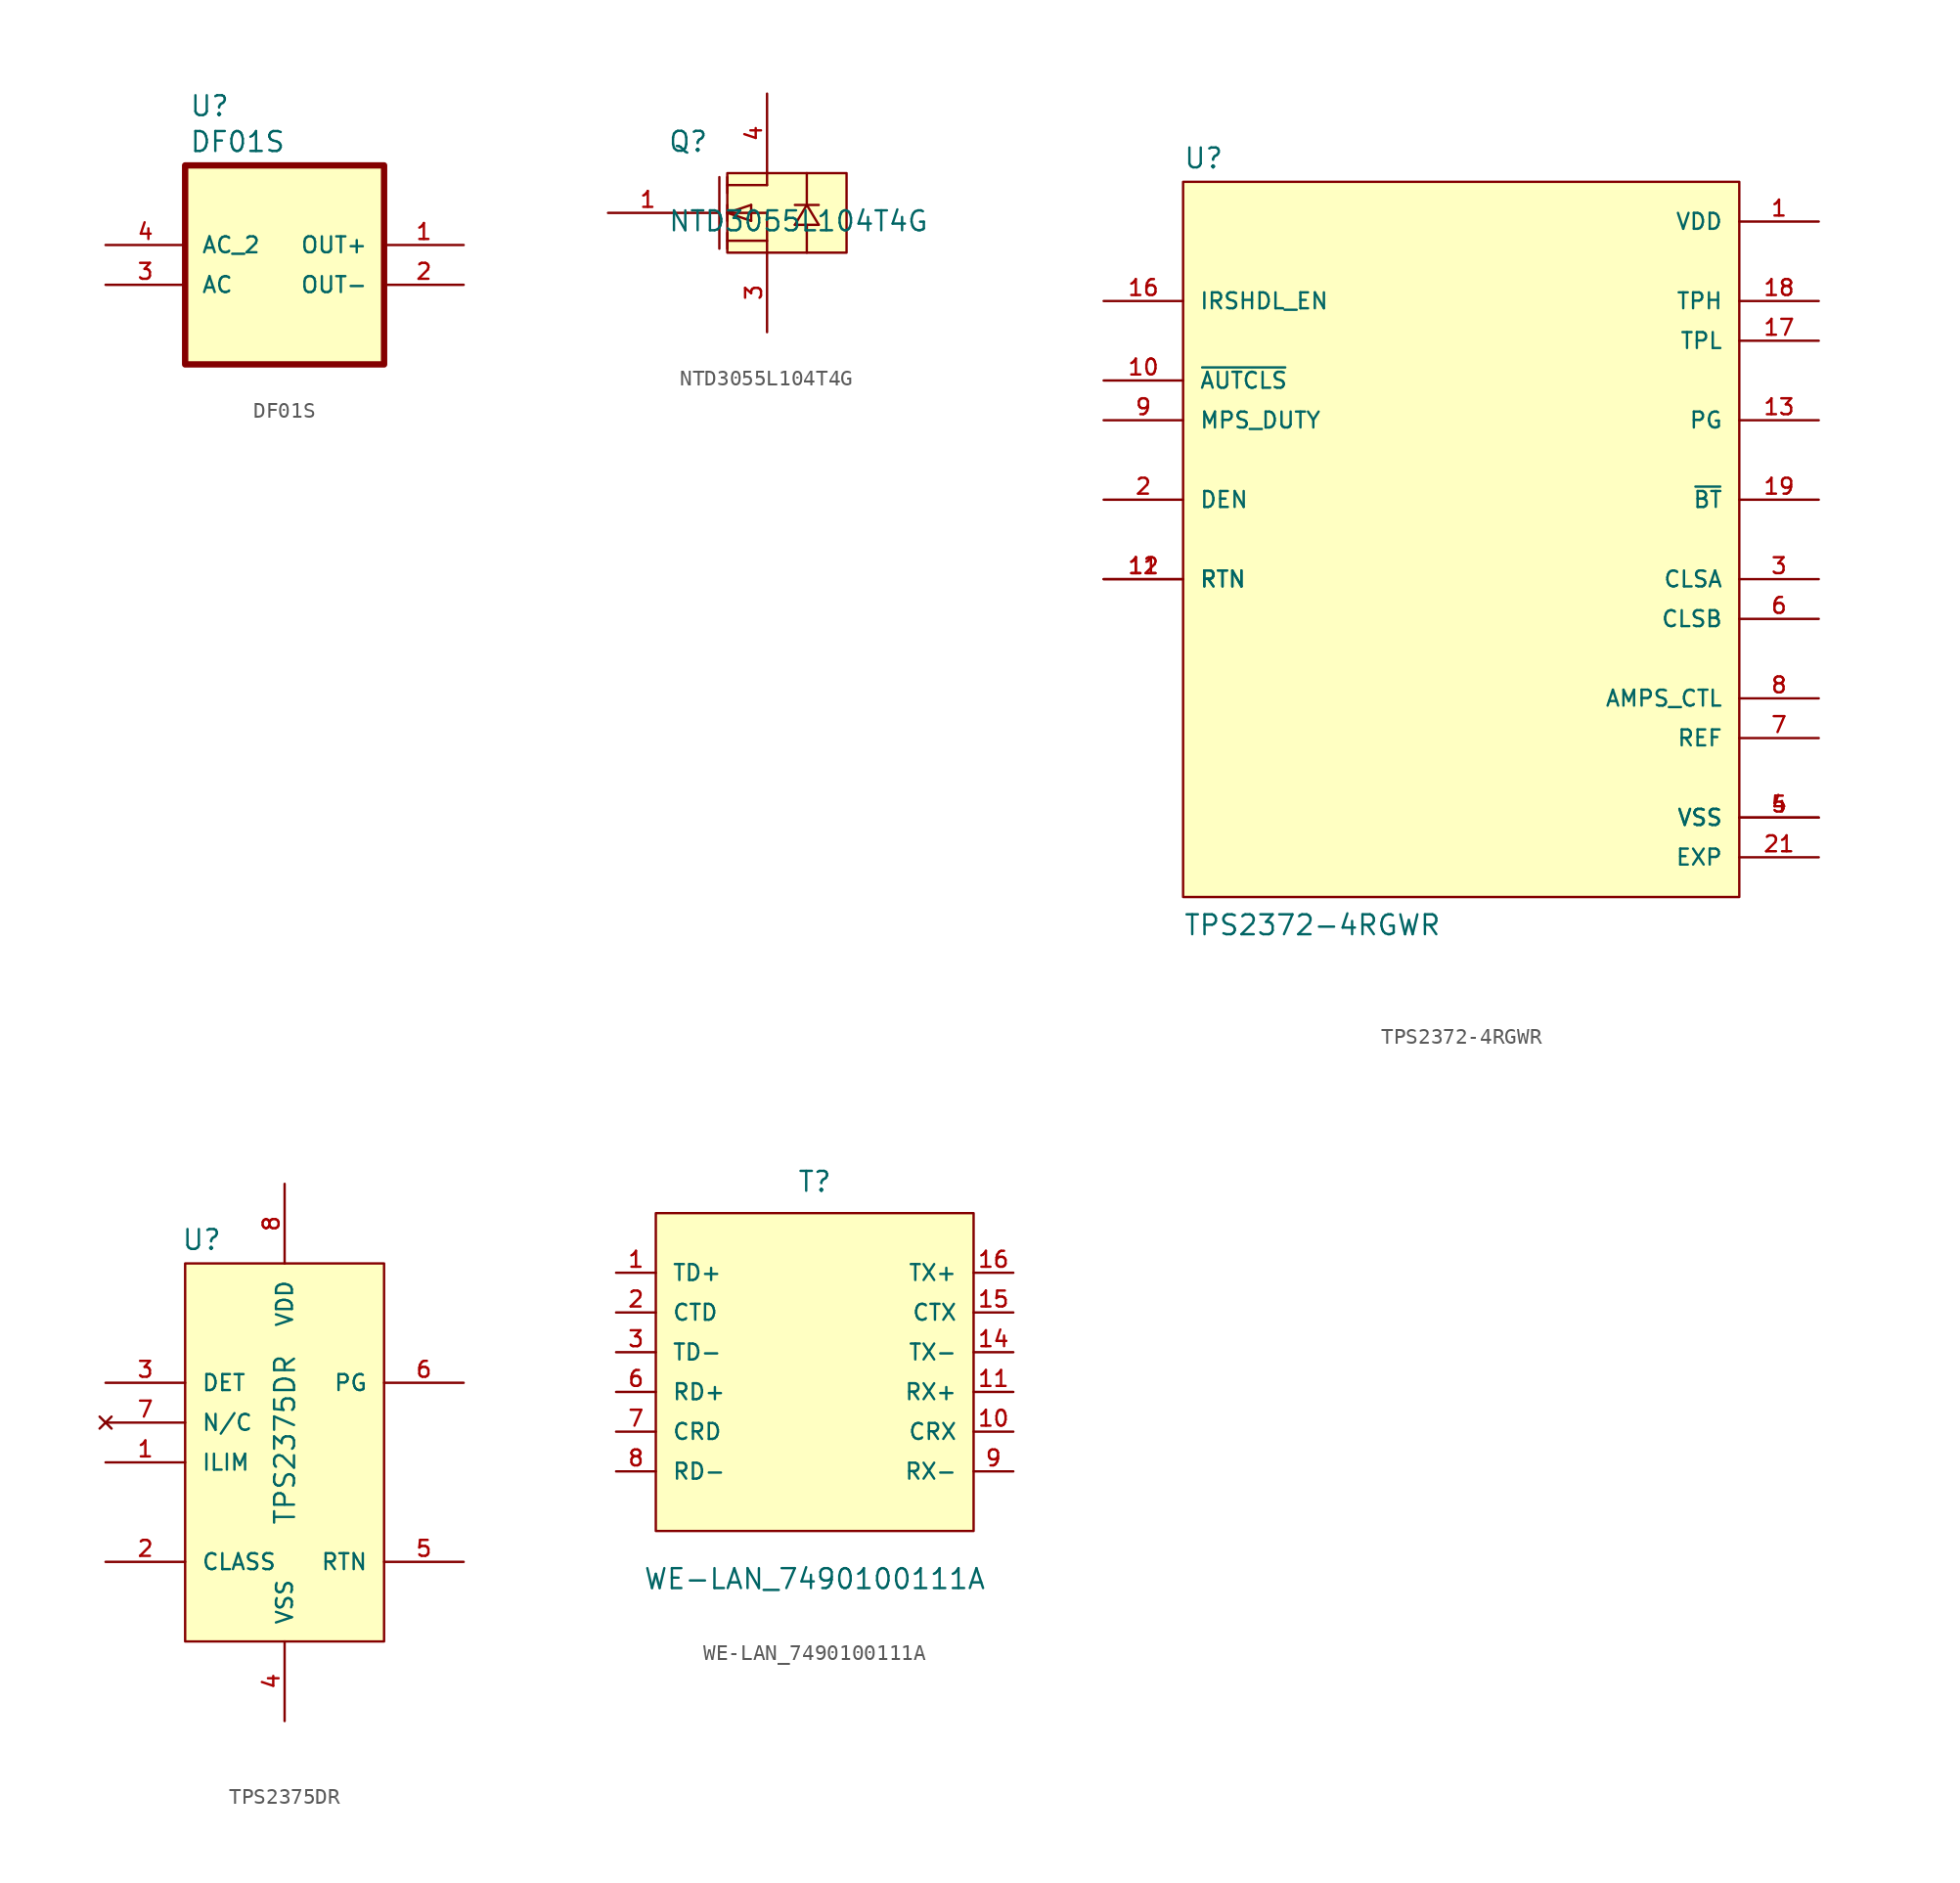
<source format=kicad_sym>
(kicad_symbol_lib
  (version 20231120)
  (generator "kicad_symbol_editor")
  (generator_version "8.0")
  (symbol "DF01S"
    (pin_names
      (offset 1.016))
    (property "Reference" "U"
      (at -6.096 9.398 0)
      (effects (font (size 1.27 1.27)) (justify left bottom)))
    (property "Value" "DF01S"
      (at -6.096 7.112 0)
      (effects (font (size 1.27 1.27)) (justify left bottom)))
    (symbol "DF01S_0_0"
      (rectangle (start -6.35 6.35) (end 6.35 -6.35) (stroke (width 0.406) (type default)) (fill (type background)))
      (pin input line (at -11.43 -1.27 0) (length 5.08) (name "AC" (effects (font (size 1.016 1.016)))) (number "3" (effects (font (size 1.016 1.016)))))
      (pin input line (at -11.43 1.27 0) (length 5.08) (name "AC_2" (effects (font (size 1.016 1.016)))) (number "4" (effects (font (size 1.016 1.016))))))
    (symbol "DF01S_1_0"
      (pin power_out line (at 11.43 1.27 180) (length 5.08) (name "OUT+" (effects (font (size 1.016 1.016)))) (number "1" (effects (font (size 1.016 1.016)))))
      (pin power_out line (at 11.43 -1.27 180) (length 5.08) (name "OUT-" (effects (font (size 1.016 1.016)))) (number "2" (effects (font (size 1.016 1.016)))))))
  (symbol "NTD3055L104T4G"
    (pin_names
      (offset 1.016))
    (property "Reference" "Q"
      (at -1.27 1.27 0)
      (effects (font (size 1.27 1.27)) (justify left bottom)))
    (property "Value" "NTD3055L104T4G"
      (at -1.27 -3.81 0)
      (effects (font (size 1.27 1.27)) (justify left bottom)))
    (symbol "NTD3055L104T4G_0_0"
      (polyline (pts (xy 0 -2.54) (xy 2.032 -2.54)) (stroke (width 0.152) (type default)) (fill (type none)))
      (polyline (pts (xy 2.032 -0.254) (xy 2.032 -4.826)) (stroke (width 0.152) (type default)) (fill (type none)))
      (polyline (pts (xy 2.54 -4.826) (xy 2.54 -3.81)) (stroke (width 0.152) (type default)) (fill (type none)))
      (polyline (pts (xy 2.54 -3.048) (xy 2.54 -2.032)) (stroke (width 0.152) (type default)) (fill (type none)))
      (polyline (pts (xy 2.54 -2.54) (xy 4.064 -3.048)) (stroke (width 0.152) (type default)) (fill (type none)))
      (polyline (pts (xy 2.54 -0.254) (xy 2.54 -1.27)) (stroke (width 0.152) (type default)) (fill (type none)))
      (polyline (pts (xy 4.064 -3.048) (xy 4.064 -2.032)) (stroke (width 0.152) (type default)) (fill (type none)))
      (polyline (pts (xy 4.064 -2.032) (xy 2.54 -2.54)) (stroke (width 0.152) (type default)) (fill (type none)))
      (polyline (pts (xy 5.08 -4.318) (xy 2.54 -4.318)) (stroke (width 0.152) (type default)) (fill (type none)))
      (polyline (pts (xy 5.08 -2.54) (xy 2.54 -2.54)) (stroke (width 0.152) (type default)) (fill (type none)))
      (polyline (pts (xy 5.08 -2.54) (xy 5.08 -5.08)) (stroke (width 0.152) (type default)) (fill (type none)))
      (polyline (pts (xy 5.08 -0.762) (xy 2.54 -0.762)) (stroke (width 0.152) (type default)) (fill (type none)))
      (polyline (pts (xy 5.08 -0.762) (xy 5.08 0)) (stroke (width 0.152) (type default)) (fill (type none)))
      (polyline (pts (xy 6.858 -3.302) (xy 8.382 -3.302)) (stroke (width 0.152) (type default)) (fill (type none)))
      (polyline (pts (xy 6.858 -2.032) (xy 8.382 -2.032)) (stroke (width 0.152) (type default)) (fill (type none)))
      (polyline (pts (xy 7.62 -5.08) (xy 7.62 -3.302)) (stroke (width 0.152) (type default)) (fill (type none)))
      (polyline (pts (xy 7.62 -2.032) (xy 6.858 -3.302)) (stroke (width 0.152) (type default)) (fill (type none)))
      (polyline (pts (xy 7.62 0) (xy 7.62 -2.032)) (stroke (width 0.152) (type default)) (fill (type none)))
      (polyline (pts (xy 8.382 -3.302) (xy 7.62 -2.032)) (stroke (width 0.152) (type default)) (fill (type none)))
      (rectangle (start 2.54 -5.08) (end 10.16 0) (stroke (width 0.152) (type default)) (fill (type background)))
      (pin passive line (at -5.08 -2.54 0) (length 5.08) (name "~" (effects (font (size 1.016 1.016)))) (number "1" (effects (font (size 1.016 1.016)))))
      (pin passive line (at 5.08 -10.16 90) (length 5.08) (name "~" (effects (font (size 1.016 1.016)))) (number "3" (effects (font (size 1.016 1.016)))))
      (pin passive line (at 5.08 5.08 270) (length 5.08) (name "~" (effects (font (size 1.016 1.016)))) (number "4" (effects (font (size 1.016 1.016)))))))
  (symbol "TPS2372-4RGWR"
    (pin_names
      (offset 1.016))
    (property "Reference" "U"
      (at -17.78 23.622 0)
      (effects (font (size 1.27 1.27)) (justify left bottom)))
    (property "Value" "TPS2372-4RGWR"
      (at -17.78 -25.4 0)
      (effects (font (size 1.27 1.27)) (justify left bottom)))
    (symbol "TPS2372-4RGWR_0_0"
      (rectangle (start -17.78 -22.86) (end 17.78 22.86) (stroke (width 0.152) (type default)) (fill (type background)))
      (pin power_in line (at 22.86 20.32 180) (length 5.08) (name "VDD" (effects (font (size 1.016 1.016)))) (number "1" (effects (font (size 1.016 1.016)))))
      (pin input line (at -22.86 10.16 0) (length 5.08) (name "~{AUTCLS}" (effects (font (size 1.016 1.016)))) (number "10" (effects (font (size 1.016 1.016)))))
      (pin passive line (at -22.86 -2.54 0) (length 5.08) (name "RTN" (effects (font (size 1.016 1.016)))) (number "11" (effects (font (size 1.016 1.016)))))
      (pin passive line (at -22.86 -2.54 0) (length 5.08) (name "RTN" (effects (font (size 1.016 1.016)))) (number "12" (effects (font (size 1.016 1.016)))))
      (pin output line (at 22.86 7.62 180) (length 5.08) (name "PG" (effects (font (size 1.016 1.016)))) (number "13" (effects (font (size 1.016 1.016)))))
      (pin input line (at -22.86 15.24 0) (length 5.08) (name "IRSHDL_EN" (effects (font (size 1.016 1.016)))) (number "16" (effects (font (size 1.016 1.016)))))
      (pin output line (at 22.86 12.7 180) (length 5.08) (name "TPL" (effects (font (size 1.016 1.016)))) (number "17" (effects (font (size 1.016 1.016)))))
      (pin output line (at 22.86 15.24 180) (length 5.08) (name "TPH" (effects (font (size 1.016 1.016)))) (number "18" (effects (font (size 1.016 1.016)))))
      (pin output line (at 22.86 2.54 180) (length 5.08) (name "~{BT}" (effects (font (size 1.016 1.016)))) (number "19" (effects (font (size 1.016 1.016)))))
      (pin bidirectional line (at -22.86 2.54 0) (length 5.08) (name "DEN" (effects (font (size 1.016 1.016)))) (number "2" (effects (font (size 1.016 1.016)))))
      (pin power_in line (at 22.86 -20.32 180) (length 5.08) (name "EXP" (effects (font (size 1.016 1.016)))) (number "21" (effects (font (size 1.016 1.016)))))
      (pin output line (at 22.86 -2.54 180) (length 5.08) (name "CLSA" (effects (font (size 1.016 1.016)))) (number "3" (effects (font (size 1.016 1.016)))))
      (pin power_in line (at 22.86 -17.78 180) (length 5.08) (name "VSS" (effects (font (size 1.016 1.016)))) (number "4" (effects (font (size 1.016 1.016)))))
      (pin power_in line (at 22.86 -17.78 180) (length 5.08) (name "VSS" (effects (font (size 1.016 1.016)))) (number "5" (effects (font (size 1.016 1.016)))))
      (pin output line (at 22.86 -5.08 180) (length 5.08) (name "CLSB" (effects (font (size 1.016 1.016)))) (number "6" (effects (font (size 1.016 1.016)))))
      (pin output line (at 22.86 -12.7 180) (length 5.08) (name "REF" (effects (font (size 1.016 1.016)))) (number "7" (effects (font (size 1.016 1.016)))))
      (pin output line (at 22.86 -10.16 180) (length 5.08) (name "AMPS_CTL" (effects (font (size 1.016 1.016)))) (number "8" (effects (font (size 1.016 1.016)))))
      (pin input line (at -22.86 7.62 0) (length 5.08) (name "MPS_DUTY" (effects (font (size 1.016 1.016)))) (number "9" (effects (font (size 1.016 1.016)))))))
  (symbol "TPS2375DR"
    (pin_names
      (offset 1.016))
    (property "Reference" "U"
      (at -6.604 12.192 0)
      (effects (font (size 1.27 1.27)) (justify left bottom)))
    (property "Value" "TPS2375DR"
      (at 0.762 -5.334 90)
      (effects (font (size 1.27 1.27)) (justify left bottom)))
    (symbol "TPS2375DR_0_0"
      (pin output line (at -11.43 -1.27 0) (length 5.08) (name "ILIM" (effects (font (size 1.016 1.016)))) (number "1" (effects (font (size 1.016 1.016)))))
      (pin output line (at -11.43 -7.62 0) (length 5.08) (name "CLASS" (effects (font (size 1.016 1.016)))) (number "2" (effects (font (size 1.016 1.016)))))
      (pin output line (at -11.43 3.81 0) (length 5.08) (name "DET" (effects (font (size 1.016 1.016)))) (number "3" (effects (font (size 1.016 1.016)))))
      (pin passive line (at 0 -17.78 90) (length 5.08) (name "VSS" (effects (font (size 1.016 1.016)))) (number "4" (effects (font (size 1.016 1.016)))))
      (pin output line (at 11.43 -7.62 180) (length 5.08) (name "RTN" (effects (font (size 1.016 1.016)))) (number "5" (effects (font (size 1.016 1.016)))))
      (pin output line (at 11.43 3.81 180) (length 5.08) (name "PG" (effects (font (size 1.016 1.016)))) (number "6" (effects (font (size 1.016 1.016)))))
      (pin no_connect line (at -11.43 1.27 0) (length 5.08) (name "N/C" (effects (font (size 1.016 1.016)))) (number "7" (effects (font (size 1.016 1.016)))))
      (pin power_in line (at 0 16.51 270) (length 5.08) (name "VDD" (effects (font (size 1.016 1.016)))) (number "8" (effects (font (size 1.016 1.016))))))
    (symbol "TPS2375DR_0_1"
      (rectangle (start -6.35 11.43) (end 6.35 -12.7) (stroke (width 0) (type default)) (fill (type background)))))
  (symbol "WE-LAN_7490100111A"
    (pin_names
      (offset 1.016))
    (property "Reference" "T"
      (at 0 10.16 0)
      (effects (font (size 1.27 1.27)) (justify bottom)))
    (property "Value" "WE-LAN_7490100111A"
      (at 0 -15.24 0)
      (effects (font (size 1.27 1.27)) (justify bottom)))
    (symbol "WE-LAN_7490100111A_0_0"
      (rectangle (start -10.16 -11.43) (end 10.16 8.89) (stroke (width 0.152) (type default)) (fill (type background)))
      (pin passive line (at -12.7 5.08 0) (length 2.54) (name "TD+" (effects (font (size 1.016 1.016)))) (number "1" (effects (font (size 1.016 1.016)))))
      (pin passive line (at 12.7 -5.08 180) (length 2.54) (name "CRX" (effects (font (size 1.016 1.016)))) (number "10" (effects (font (size 1.016 1.016)))))
      (pin passive line (at 12.7 -2.54 180) (length 2.54) (name "RX+" (effects (font (size 1.016 1.016)))) (number "11" (effects (font (size 1.016 1.016)))))
      (pin passive line (at 12.7 0 180) (length 2.54) (name "TX-" (effects (font (size 1.016 1.016)))) (number "14" (effects (font (size 1.016 1.016)))))
      (pin passive line (at 12.7 2.54 180) (length 2.54) (name "CTX" (effects (font (size 1.016 1.016)))) (number "15" (effects (font (size 1.016 1.016)))))
      (pin passive line (at 12.7 5.08 180) (length 2.54) (name "TX+" (effects (font (size 1.016 1.016)))) (number "16" (effects (font (size 1.016 1.016)))))
      (pin passive line (at -12.7 2.54 0) (length 2.54) (name "CTD" (effects (font (size 1.016 1.016)))) (number "2" (effects (font (size 1.016 1.016)))))
      (pin passive line (at -12.7 0 0) (length 2.54) (name "TD-" (effects (font (size 1.016 1.016)))) (number "3" (effects (font (size 1.016 1.016)))))
      (pin passive line (at -12.7 -2.54 0) (length 2.54) (name "RD+" (effects (font (size 1.016 1.016)))) (number "6" (effects (font (size 1.016 1.016)))))
      (pin passive line (at -12.7 -5.08 0) (length 2.54) (name "CRD" (effects (font (size 1.016 1.016)))) (number "7" (effects (font (size 1.016 1.016)))))
      (pin passive line (at -12.7 -7.62 0) (length 2.54) (name "RD-" (effects (font (size 1.016 1.016)))) (number "8" (effects (font (size 1.016 1.016)))))
      (pin passive line (at 12.7 -7.62 180) (length 2.54) (name "RX-" (effects (font (size 1.016 1.016)))) (number "9" (effects (font (size 1.016 1.016))))))))
</source>
